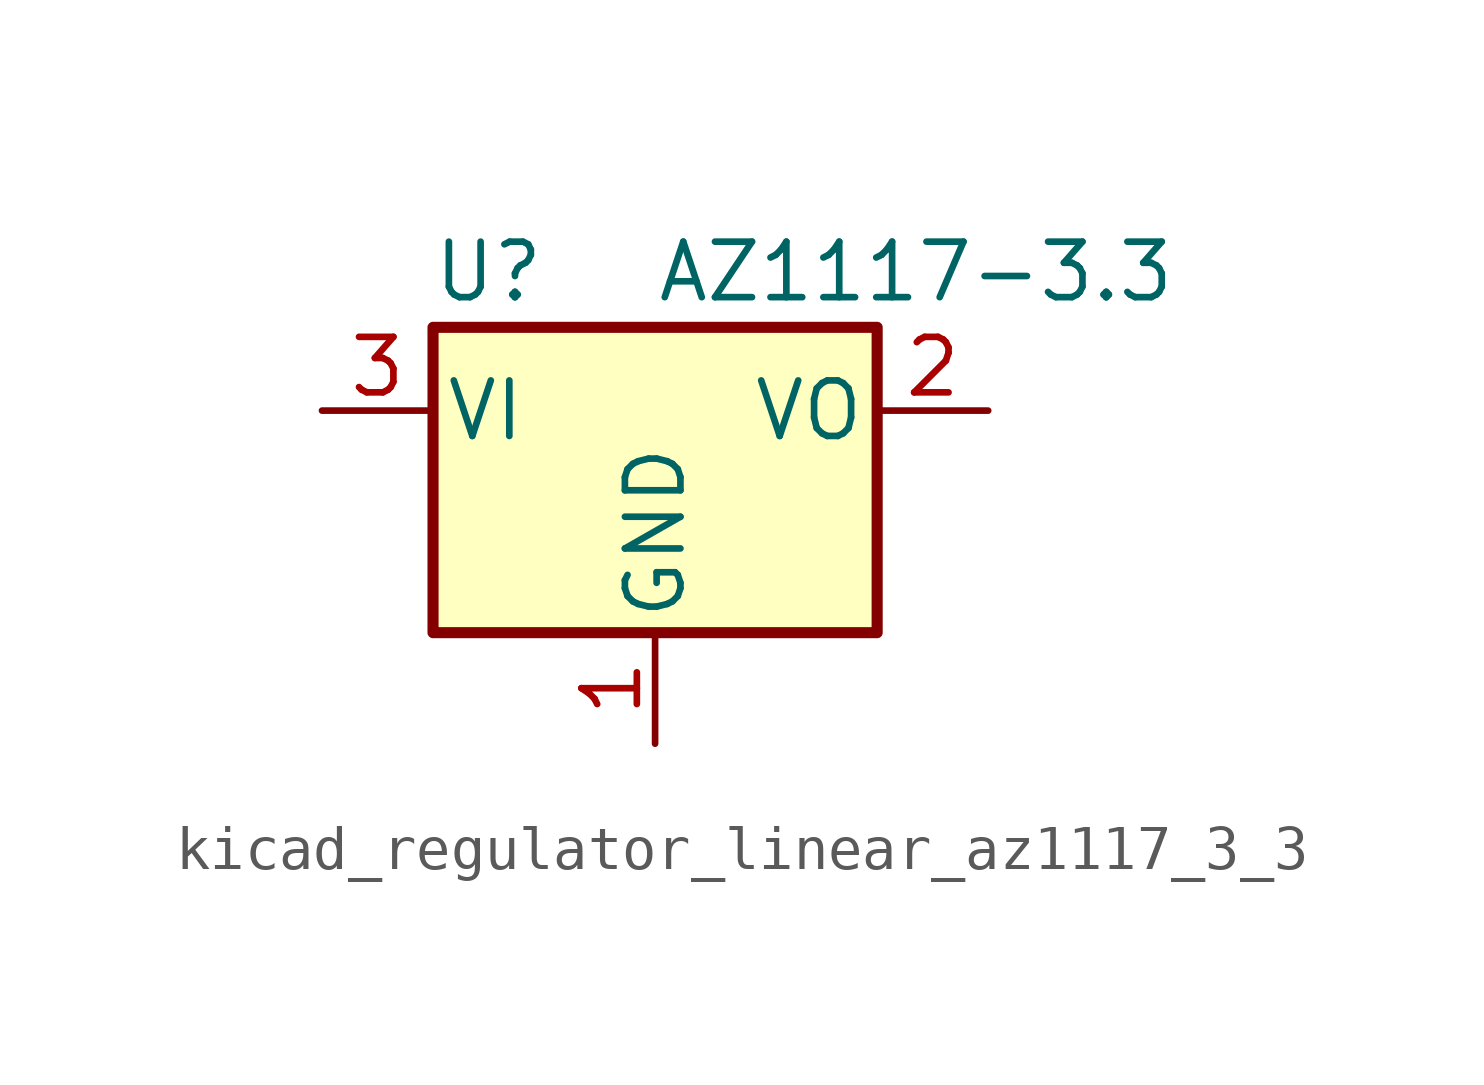
<source format=kicad_sym>
(kicad_symbol_lib
  (version 20220914)
  (generator kicad_symbol_editor)
  (symbol "kicad_regulator_linear_az1117_3_3"
    (pin_names
      (offset 0.254))
    (property "Reference" "U"
      (at -3.81 3.175 0)
      (effects (font (size 1.27 1.27))))
    (property "Value" "AZ1117-3.3"
      (at 0 3.175 0)
      (effects (font (size 1.27 1.27)) (justify left)))
    (symbol "kicad_regulator_linear_az1117_3_3_0_1"
      (rectangle (start -5.08 1.905) (end 5.08 -5.08) (stroke (width 0.254) (type default)) (fill (type background))))
    (symbol "kicad_regulator_linear_az1117_3_3_1_1"
      (pin power_in line (at 0 -7.62 90) (length 2.54) (name "GND" (effects (font (size 1.27 1.27)))) (number "1" (effects (font (size 1.27 1.27)))))
      (pin power_out line (at 7.62 0 180) (length 2.54) (name "VO" (effects (font (size 1.27 1.27)))) (number "2" (effects (font (size 1.27 1.27)))))
      (pin power_in line (at -7.62 0 0) (length 2.54) (name "VI" (effects (font (size 1.27 1.27)))) (number "3" (effects (font (size 1.27 1.27))))))))
</source>
